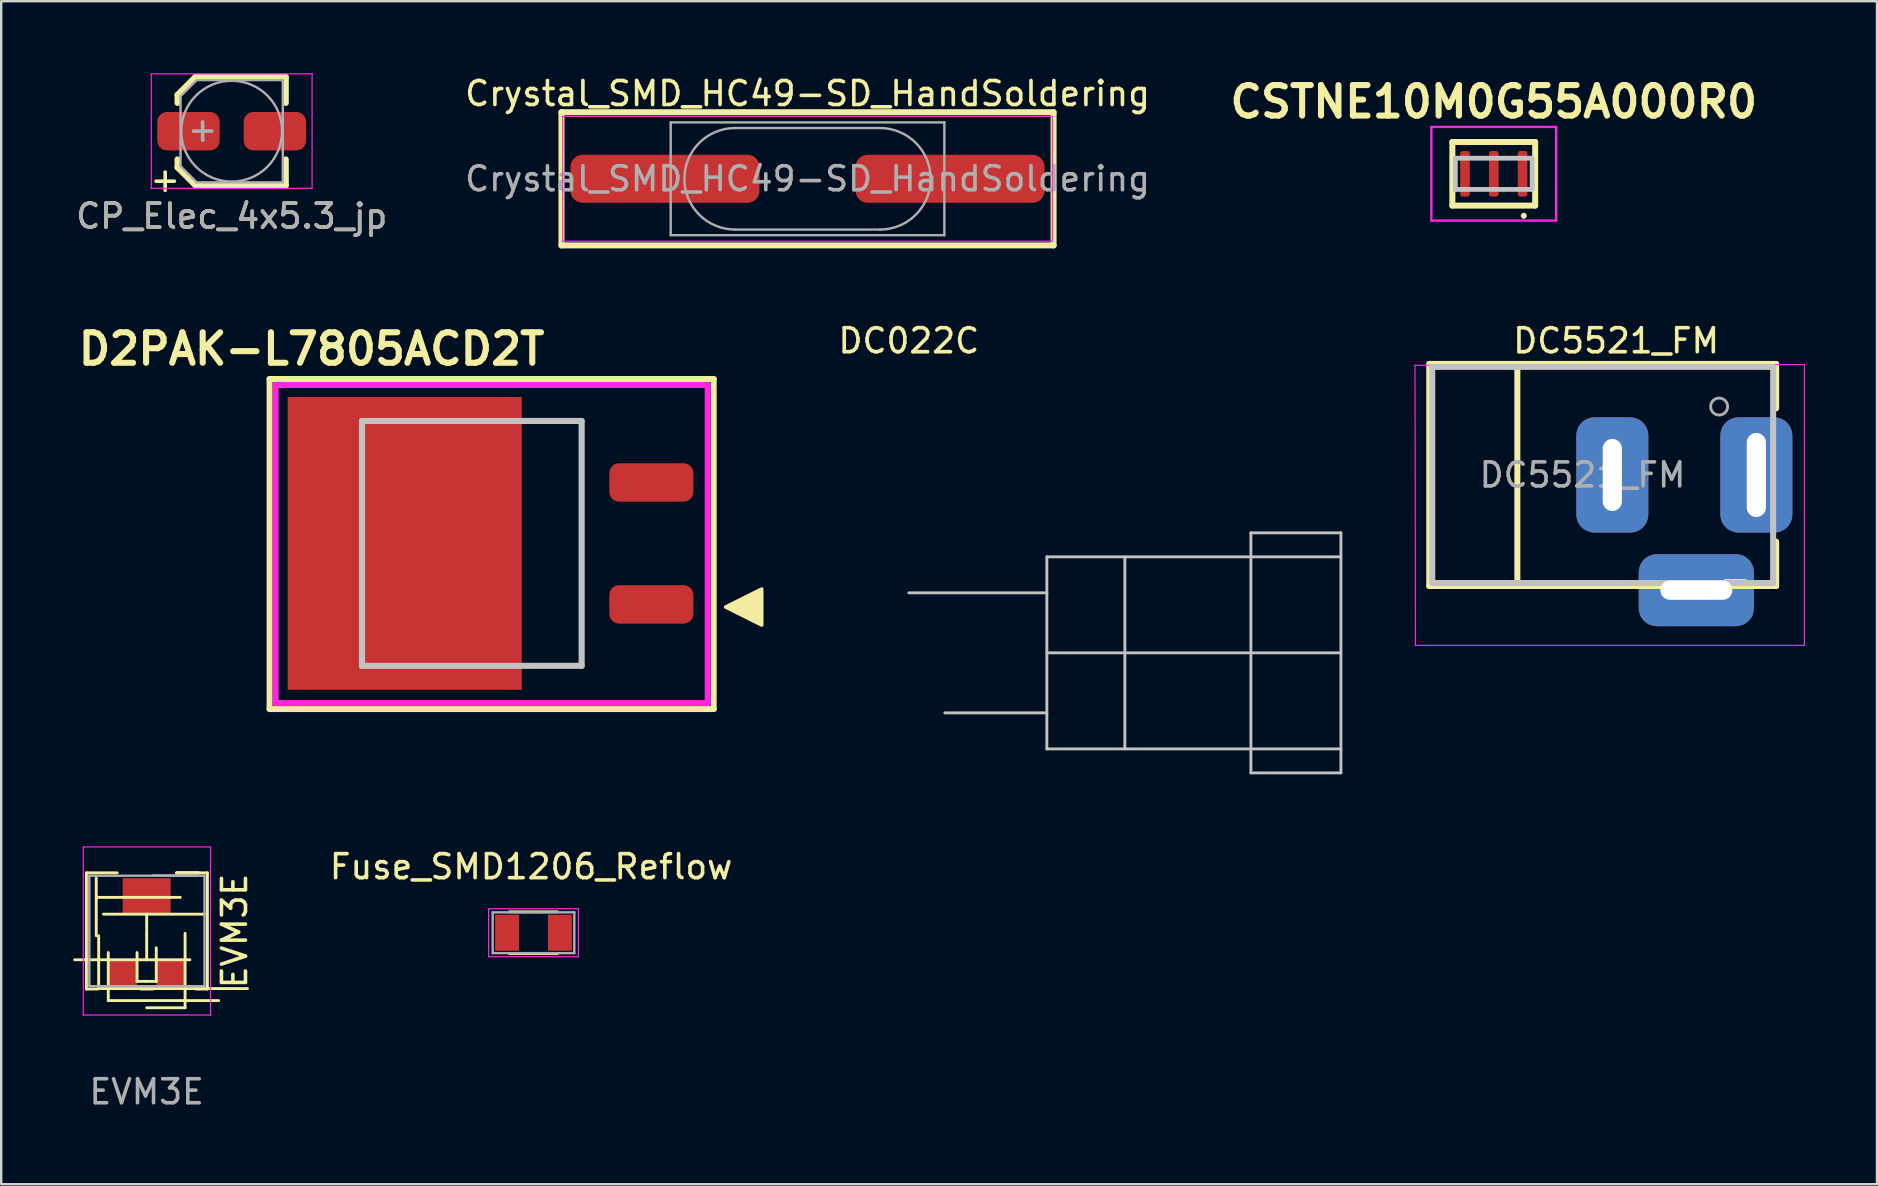
<source format=kicad_pcb>
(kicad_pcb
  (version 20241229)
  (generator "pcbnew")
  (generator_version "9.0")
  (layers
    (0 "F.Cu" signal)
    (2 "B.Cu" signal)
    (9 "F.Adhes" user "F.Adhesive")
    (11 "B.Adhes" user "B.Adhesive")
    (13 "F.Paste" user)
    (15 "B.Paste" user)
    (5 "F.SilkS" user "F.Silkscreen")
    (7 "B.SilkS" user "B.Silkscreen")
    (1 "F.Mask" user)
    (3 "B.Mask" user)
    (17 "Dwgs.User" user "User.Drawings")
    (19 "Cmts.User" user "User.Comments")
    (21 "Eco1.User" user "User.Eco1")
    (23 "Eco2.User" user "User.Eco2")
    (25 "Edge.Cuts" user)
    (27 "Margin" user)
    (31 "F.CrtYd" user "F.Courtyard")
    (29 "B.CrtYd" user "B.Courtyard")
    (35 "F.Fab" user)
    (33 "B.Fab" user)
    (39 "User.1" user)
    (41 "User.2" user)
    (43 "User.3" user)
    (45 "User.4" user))
  (footprint "Fuse_SMD1206_Reflow"
    (layer "F.Cu")
    (at 19.174 35.805)
    (property "Reference" "Fuse_SMD1206_Reflow" (at -0.1 -2.75 0) (layer "F.SilkS") (effects (font (size 1 1) (thickness 0.15))))
    (attr smd)
    (fp_line (start -1 -0.87) (end 1 -0.87) (stroke (width 0.12) (type solid)) (layer "F.SilkS"))
    (fp_line (start 1 0.87) (end -1 0.87) (stroke (width 0.12) (type solid)) (layer "F.SilkS"))
    (fp_line (start -1.87 -1) (end -1.87 1) (stroke (width 0.05) (type solid)) (layer "F.CrtYd"))
    (fp_line (start -1.87 -1) (end 1.87 -1) (stroke (width 0.05) (type solid)) (layer "F.CrtYd"))
    (fp_line (start 1.87 1) (end -1.87 1) (stroke (width 0.05) (type solid)) (layer "F.CrtYd"))
    (fp_line (start 1.87 1) (end 1.87 -1) (stroke (width 0.05) (type solid)) (layer "F.CrtYd"))
    (fp_line (start -1.7 -0.85) (end 1.7 -0.85) (stroke (width 0.1) (type solid)) (layer "F.Fab"))
    (fp_line (start -1.7 0.85) (end -1.7 -0.85) (stroke (width 0.1) (type solid)) (layer "F.Fab"))
    (fp_line (start 1.7 -0.85) (end 1.7 0.85) (stroke (width 0.1) (type solid)) (layer "F.Fab"))
    (fp_line (start 1.7 0.85) (end -1.7 0.85) (stroke (width 0.1) (type solid)) (layer "F.Fab"))
    (pad "1" smd rect (at -1.1 0 90) (size 1.5 1) (layers "F.Cu" "F.Mask" "F.Paste"))
    (pad "2" smd rect (at 1.1 0 90) (size 1.5 1) (layers "F.Cu" "F.Mask" "F.Paste")))
  (footprint "DC022C"
    (layer "F.Cu")
    (at 34.809 19.146)
    (property "Reference" "DC022C" (at 0 -8 0) (unlocked yes) (layer "F.SilkS") (effects (font (size 1 1) (thickness 0.15))))
    (fp_line (start 0 2.5) (end 5.75 2.5) (stroke (width 0.12) (type solid)) (layer "Dwgs.User"))
    (fp_line (start 1.5 7.5) (end 5.75 7.5) (stroke (width 0.12) (type solid)) (layer "Dwgs.User"))
    (fp_line (start 5.75 9) (end 5.75 1) (stroke (width 0.12) (type solid)) (layer "Dwgs.User"))
    (fp_line (start 9 9) (end 9 1) (stroke (width 0.12) (type solid)) (layer "Dwgs.User"))
    (fp_line (start 14.25 0) (end 18 0) (stroke (width 0.12) (type solid)) (layer "Dwgs.User"))
    (fp_line (start 14.25 10) (end 14.25 0) (stroke (width 0.12) (type solid)) (layer "Dwgs.User"))
    (fp_line (start 18 0) (end 18 10) (stroke (width 0.12) (type solid)) (layer "Dwgs.User"))
    (fp_line (start 18 1) (end 5.75 1) (stroke (width 0.12) (type solid)) (layer "Dwgs.User"))
    (fp_line (start 18 5) (end 5.75 5) (stroke (width 0.12) (type solid)) (layer "Dwgs.User"))
    (fp_line (start 18 9) (end 5.75 9) (stroke (width 0.12) (type solid)) (layer "Dwgs.User"))
    (fp_line (start 18 10) (end 14.25 10) (stroke (width 0.12) (type solid)) (layer "Dwgs.User")))
  (footprint "DC5521_FM"
    (layer "F.Cu")
    (at 70.114 16.736)
    (property "Reference" "DC5521_FM" (at -5.84 -5.59 0) (layer "F.SilkS") (effects (font (size 1 1) (thickness 0.15))))
    (attr through_hole)
    (fp_line (start -13.625 -4.625) (end 0.825 -4.625) (stroke (width 0.25) (type solid)) (layer "F.SilkS"))
    (fp_line (start -13.625 4.625) (end -13.625 -4.625) (stroke (width 0.25) (type solid)) (layer "F.SilkS"))
    (fp_line (start -9.955 -4.625) (end -9.955 4.625) (stroke (width 0.25) (type solid)) (layer "F.SilkS"))
    (fp_line (start -0.45 4.4) (end -1.3 4.4) (stroke (width 0.12) (type solid)) (layer "F.SilkS"))
    (fp_line (start 0.825 -4.625) (end 0.825 -2.775) (stroke (width 0.25) (type solid)) (layer "F.SilkS"))
    (fp_line (start 0.825 4.625) (end -13.625 4.625) (stroke (width 0.25) (type solid)) (layer "F.SilkS"))
    (fp_line (start 0.825 4.625) (end 0.825 2.775) (stroke (width 0.25) (type solid)) (layer "F.SilkS"))
    (fp_line (start -13.5 -4.5) (end -13.5 4.5) (stroke (width 0.25) (type solid)) (layer "Dwgs.User"))
    (fp_line (start -13.5 -4.5) (end 0.7 -4.5) (stroke (width 0.25) (type solid)) (layer "Dwgs.User"))
    (fp_line (start -13.5 4.5) (end 0.7 4.5) (stroke (width 0.25) (type solid)) (layer "Dwgs.User"))
    (fp_line (start 0.7 -4.5) (end 0.7 4.5) (stroke (width 0.25) (type solid)) (layer "Dwgs.User"))
    (fp_line (start -14.22 -4.57) (end -14.2 7.1) (stroke (width 0.05) (type solid)) (layer "F.CrtYd"))
    (fp_line (start -14.22 -4.57) (end 2 -4.6) (stroke (width 0.05) (type solid)) (layer "F.CrtYd"))
    (fp_line (start 2 7.1) (end -14.2 7.1) (stroke (width 0.05) (type solid)) (layer "F.CrtYd"))
    (fp_line (start 2 7.1) (end 2 -4.57) (stroke (width 0.05) (type solid)) (layer "F.CrtYd"))
    (fp_circle (center -1.55 -2.85) (end -1.5 -2.5) (stroke (width 0.12) (type solid)) (fill no) (layer "F.Fab"))
    (fp_text user "${REFERENCE}" (at -7.24 0 0) (layer "F.Fab") (effects (font (size 1 1) (thickness 0.15))))
    (pad "1" thru_hole roundrect (at 0 0) (size 3 4.8) (drill oval 0.8 3.5) (layers "*.Cu" "*.Mask") (roundrect_rratio 0.25))
    (pad "2" thru_hole roundrect (at -6 0) (size 3 4.8) (drill oval 0.8 3) (layers "*.Cu" "*.Mask") (roundrect_rratio 0.25))
    (pad "3" thru_hole roundrect (at -2.5 4.8) (size 4.8 3) (drill oval 3 0.8) (layers "*.Cu" "*.Mask") (roundrect_rratio 0.25)))
  (footprint "Crystal_SMD_HC49-SD_HandSoldering"
    (layer "F.Cu")
    (at 30.589 4.398)
    (property "Reference" "Crystal_SMD_HC49-SD_HandSoldering" (at 0 -3.55 0) (layer "F.SilkS") (effects (font (size 1 1) (thickness 0.15))))
    (attr smd)
    (fp_line (start -10.25 -2.775) (end 10.25 -2.775) (stroke (width 0.25) (type solid)) (layer "F.SilkS"))
    (fp_line (start -10.25 2.775) (end -10.25 -2.775) (stroke (width 0.25) (type solid)) (layer "F.SilkS"))
    (fp_line (start -10.25 2.775) (end 10.25 2.775) (stroke (width 0.25) (type solid)) (layer "F.SilkS"))
    (fp_line (start 10.25 2.775) (end 10.25 -2.775) (stroke (width 0.25) (type solid)) (layer "F.SilkS"))
    (fp_line (start -10.2 -2.6) (end -10.2 2.6) (stroke (width 0.05) (type solid)) (layer "F.CrtYd"))
    (fp_line (start -10.2 2.6) (end 10.2 2.6) (stroke (width 0.05) (type solid)) (layer "F.CrtYd"))
    (fp_line (start 10.2 -2.6) (end -10.2 -2.6) (stroke (width 0.05) (type solid)) (layer "F.CrtYd"))
    (fp_line (start 10.2 2.6) (end 10.2 -2.6) (stroke (width 0.05) (type solid)) (layer "F.CrtYd"))
    (fp_line (start -5.7 -2.35) (end -5.7 2.35) (stroke (width 0.1) (type solid)) (layer "F.Fab"))
    (fp_line (start -5.7 2.35) (end 5.7 2.35) (stroke (width 0.1) (type solid)) (layer "F.Fab"))
    (fp_line (start -3.015 -2.115) (end 3.015 -2.115) (stroke (width 0.1) (type solid)) (layer "F.Fab"))
    (fp_line (start -3.015 2.115) (end 3.015 2.115) (stroke (width 0.1) (type solid)) (layer "F.Fab"))
    (fp_line (start 5.7 -2.35) (end -5.7 -2.35) (stroke (width 0.1) (type solid)) (layer "F.Fab"))
    (fp_line (start 5.7 2.35) (end 5.7 -2.35) (stroke (width 0.1) (type solid)) (layer "F.Fab"))
    (fp_arc (start -3.015 2.115) (mid -5.13 0) (end -3.015 -2.115) (stroke (width 0.1) (type solid)) (layer "F.Fab"))
    (fp_arc (start 3.015 -2.115) (mid 5.13 0) (end 3.015 2.115) (stroke (width 0.1) (type solid)) (layer "F.Fab"))
    (fp_text user "${REFERENCE}" (at 0 0 0) (layer "F.Fab") (effects (font (size 1 1) (thickness 0.15))))
    (pad "1" smd roundrect (at -5.938 0) (size 7.875 2) (layers "F.Cu" "F.Mask" "F.Paste") (roundrect_rratio 0.25))
    (pad "2" smd roundrect (at 5.938 0) (size 7.875 2) (layers "F.Cu" "F.Mask" "F.Paste") (roundrect_rratio 0.25)))
  (footprint "CP_Elec_4x5.3_jp"
    (layer "F.Cu")
    (at 6.601 2.415)
    (property "Reference" "CP_Elec_4x5.3_jp" (at 0 3.54 0) (layer "F.SilkS") (effects (font (size 1 1) (thickness 0.15))))
    (attr smd)
    (fp_line (start -2.255 -1.515) (end -2.255 -1.175) (stroke (width 0.25) (type solid)) (layer "F.SilkS"))
    (fp_line (start -2.255 1.51) (end -2.255 1.175) (stroke (width 0.25) (type solid)) (layer "F.SilkS"))
    (fp_line (start -1.515 -2.255) (end -2.255 -1.515) (stroke (width 0.25) (type solid)) (layer "F.SilkS"))
    (fp_line (start -1.515 -2.255) (end 2.255 -2.255) (stroke (width 0.25) (type solid)) (layer "F.SilkS"))
    (fp_line (start -1.51 2.255) (end -2.255 1.51) (stroke (width 0.25) (type solid)) (layer "F.SilkS"))
    (fp_line (start -1.51 2.255) (end 2.255 2.255) (stroke (width 0.25) (type solid)) (layer "F.SilkS"))
    (fp_line (start 2.255 -2.255) (end 2.255 -1.175) (stroke (width 0.25) (type solid)) (layer "F.SilkS"))
    (fp_line (start 2.255 2.255) (end 2.255 1.175) (stroke (width 0.25) (type solid)) (layer "F.SilkS"))
    (fp_line (start -3.35 -2.39) (end -3.35 2.38) (stroke (width 0.05) (type solid)) (layer "F.CrtYd"))
    (fp_line (start -3.35 -2.39) (end 3.35 -2.39) (stroke (width 0.05) (type solid)) (layer "F.CrtYd"))
    (fp_line (start 3.35 2.38) (end -3.35 2.38) (stroke (width 0.05) (type solid)) (layer "F.CrtYd"))
    (fp_line (start 3.35 2.38) (end 3.35 -2.39) (stroke (width 0.05) (type solid)) (layer "F.CrtYd"))
    (fp_line (start -2.13 -1.46) (end -2.13 1.46) (stroke (width 0.1) (type solid)) (layer "F.Fab"))
    (fp_line (start -2.13 1.46) (end -1.46 2.13) (stroke (width 0.1) (type solid)) (layer "F.Fab"))
    (fp_line (start -1.46 -2.13) (end -2.13 -1.46) (stroke (width 0.1) (type solid)) (layer "F.Fab"))
    (fp_line (start -1.46 2.13) (end 2.13 2.13) (stroke (width 0.1) (type solid)) (layer "F.Fab"))
    (fp_line (start 2.13 -2.13) (end -1.46 -2.13) (stroke (width 0.1) (type solid)) (layer "F.Fab"))
    (fp_line (start 2.13 2.13) (end 2.13 -2.13) (stroke (width 0.1) (type solid)) (layer "F.Fab"))
    (fp_circle (center 0 0) (end 0 2.1) (stroke (width 0.1) (type solid)) (fill no) (layer "F.Fab"))
    (fp_text user "+" (at -2.77 2.01 0) (layer "F.SilkS") (effects (font (size 1 1) (thickness 0.15))))
    (fp_text user "+" (at -1.21 -0.08 0) (layer "F.Fab") (effects (font (size 1 1) (thickness 0.15))))
    (fp_text user "${REFERENCE}" (at 0 3.54 0) (layer "F.Fab") (effects (font (size 1 1) (thickness 0.15))))
    (pad "1" smd roundrect (at -1.8 0 180) (size 2.6 1.6) (layers "F.Cu" "F.Mask" "F.Paste") (roundrect_rratio 0.25))
    (pad "2" smd roundrect (at 1.8 0 180) (size 2.6 1.6) (layers "F.Cu" "F.Mask" "F.Paste") (roundrect_rratio 0.25)))
  (footprint "CSTNE10M0G55A000R0"
    (layer "F.Cu")
    (at 59.176 4.189)
    (property "Reference" "CSTNE10M0G55A000R0" (at 0 -3 0) (layer "F.SilkS") (effects (font (size 1.27 1.27) (thickness 0.254))))
    (attr smd)
    (fp_line (start -1.725 -1.325) (end -1.725 1.325) (stroke (width 0.25) (type solid)) (layer "F.SilkS"))
    (fp_line (start -1.725 -1.325) (end 1.725 -1.325) (stroke (width 0.25) (type solid)) (layer "F.SilkS"))
    (fp_line (start -1.725 1.325) (end 1.725 1.325) (stroke (width 0.25) (type solid)) (layer "F.SilkS"))
    (fp_line (start 1.25 1.75) (end 1.25 1.75) (stroke (width 0.25) (type solid)) (layer "F.SilkS"))
    (fp_line (start 1.725 -1.325) (end 1.725 1.325) (stroke (width 0.25) (type solid)) (layer "F.SilkS"))
    (fp_line (start -1.6 -0.65) (end 1.6 -0.65) (stroke (width 0.2) (type solid)) (layer "Dwgs.User"))
    (fp_line (start -1.6 0.65) (end -1.6 -0.65) (stroke (width 0.2) (type solid)) (layer "Dwgs.User"))
    (fp_line (start 1.6 -0.65) (end 1.6 0.65) (stroke (width 0.2) (type solid)) (layer "Dwgs.User"))
    (fp_line (start 1.6 0.65) (end -1.6 0.65) (stroke (width 0.2) (type solid)) (layer "Dwgs.User"))
    (fp_line (start -2.6 -1.95) (end 2.6 -1.95) (stroke (width 0.1) (type solid)) (layer "F.CrtYd"))
    (fp_line (start -2.6 1.95) (end -2.6 -1.95) (stroke (width 0.1) (type solid)) (layer "F.CrtYd"))
    (fp_line (start 2.6 -1.95) (end 2.6 1.95) (stroke (width 0.1) (type solid)) (layer "F.CrtYd"))
    (fp_line (start 2.6 1.95) (end -2.6 1.95) (stroke (width 0.1) (type solid)) (layer "F.CrtYd"))
    (pad "1" smd roundrect (at 1.2 0) (size 0.4 1.9) (layers "F.Cu" "F.Mask" "F.Paste") (roundrect_rratio 0.25))
    (pad "2" smd roundrect (at 0 0) (size 0.4 1.9) (layers "F.Cu" "F.Mask" "F.Paste") (roundrect_rratio 0.25))
    (pad "3" smd roundrect (at -1.2 0) (size 0.4 1.9) (layers "F.Cu" "F.Mask" "F.Paste") (roundrect_rratio 0.25)))
  (footprint "EVM3E"
    (layer "F.Cu")
    (at 3.06 35.931)
    (property "Reference" "EVM3E" (at 3.66 -0.2 270) (layer "F.SilkS") (effects (font (size 1 1) (thickness 0.15))))
    (attr smd)
    (fp_line (start -2.51 -2.62) (end -2.51 2.22) (stroke (width 0.12) (type solid)) (layer "F.SilkS"))
    (fp_line (start -2.1 -1.6) (end 1.4 -1.6) (stroke (width 0.12) (type default)) (layer "F.SilkS"))
    (fp_line (start -2.1 0) (end -2.1 -2.4) (stroke (width 0.12) (type default)) (layer "F.SilkS"))
    (fp_line (start -2.03 2.22) (end -2.51 2.22) (stroke (width 0.12) (type solid)) (layer "F.SilkS"))
    (fp_line (start -2 0) (end -2 2.2) (stroke (width 0.12) (type default)) (layer "F.SilkS"))
    (fp_line (start -2 2.2) (end 4.2 2.2) (stroke (width 0.12) (type default)) (layer "F.SilkS"))
    (fp_line (start -1.8 -0.9) (end 2.4 -0.9) (stroke (width 0.12) (type default)) (layer "F.SilkS"))
    (fp_line (start -1.6 2.7) (end -1.6 0.7) (stroke (width 0.12) (type default)) (layer "F.SilkS"))
    (fp_line (start -1.23 -2.62) (end -2.51 -2.62) (stroke (width 0.12) (type solid)) (layer "F.SilkS"))
    (fp_line (start -0.4 1.9) (end -0.4 0.7) (stroke (width 0.12) (type default)) (layer "F.SilkS"))
    (fp_line (start 0 0) (end 0 -0.9) (stroke (width 0.12) (type default)) (layer "F.SilkS"))
    (fp_line (start 0 0) (end 0 1) (stroke (width 0.12) (type default)) (layer "F.SilkS"))
    (fp_line (start 0 1) (end -3 1) (stroke (width 0.12) (type default)) (layer "F.SilkS"))
    (fp_line (start 0 1) (end 1.8 1) (stroke (width 0.12) (type default)) (layer "F.SilkS"))
    (fp_line (start 0 1.9) (end -0.4 1.9) (stroke (width 0.12) (type default)) (layer "F.SilkS"))
    (fp_line (start 0 1.9) (end 0.4 1.9) (stroke (width 0.12) (type default)) (layer "F.SilkS"))
    (fp_line (start 0 3) (end 1.6 3) (stroke (width 0.12) (type default)) (layer "F.SilkS"))
    (fp_line (start 0.27 2.22) (end -0.25 2.22) (stroke (width 0.12) (type solid)) (layer "F.SilkS"))
    (fp_line (start 0.4 1.9) (end 0.4 0.5) (stroke (width 0.12) (type default)) (layer "F.SilkS"))
    (fp_line (start 1.6 3) (end 1.6 -0.1) (stroke (width 0.12) (type default)) (layer "F.SilkS"))
    (fp_line (start 2.15 -2.62) (end 1.25 -2.62) (stroke (width 0.12) (type solid)) (layer "F.SilkS"))
    (fp_line (start 2.15 -2.62) (end 1.25 -2.62) (stroke (width 0.12) (type solid)) (layer "F.SilkS"))
    (fp_line (start 2.15 -2.62) (end 2.15 -2.62) (stroke (width 0.12) (type solid)) (layer "F.SilkS"))
    (fp_line (start 2.53 -2.62) (end 1.25 -2.62) (stroke (width 0.12) (type solid)) (layer "F.SilkS"))
    (fp_line (start 2.53 -2.62) (end 2.53 2.22) (stroke (width 0.12) (type solid)) (layer "F.SilkS"))
    (fp_line (start 2.53 2.22) (end 2.05 2.22) (stroke (width 0.12) (type solid)) (layer "F.SilkS"))
    (fp_line (start 3 2.7) (end -1.6 2.7) (stroke (width 0.12) (type default)) (layer "F.SilkS"))
    (fp_line (start -2.64 -3.7) (end -2.64 3.3) (stroke (width 0.05) (type solid)) (layer "F.CrtYd"))
    (fp_line (start -2.64 3.3) (end 2.66 3.3) (stroke (width 0.05) (type solid)) (layer "F.CrtYd"))
    (fp_line (start 2.66 -3.7) (end -2.64 -3.7) (stroke (width 0.05) (type solid)) (layer "F.CrtYd"))
    (fp_line (start 2.66 3.3) (end 2.66 -3.7) (stroke (width 0.05) (type solid)) (layer "F.CrtYd"))
    (fp_line (start -2.39 -2.5) (end -2.39 2.1) (stroke (width 0.1) (type solid)) (layer "F.Fab"))
    (fp_line (start -2.39 2.1) (end 2.41 2.1) (stroke (width 0.1) (type solid)) (layer "F.Fab"))
    (fp_line (start 0.25 -2.5) (end 0.25 -2.5) (stroke (width 0.1) (type solid)) (layer "F.Fab"))
    (fp_line (start 0.25 -2.5) (end 2.03 -2.5) (stroke (width 0.1) (type solid)) (layer "F.Fab"))
    (fp_line (start 1.14 -2.5) (end 1.14 -2.5) (stroke (width 0.1) (type solid)) (layer "F.Fab"))
    (fp_line (start 2.03 -2.5) (end 0.25 -2.5) (stroke (width 0.1) (type solid)) (layer "F.Fab"))
    (fp_line (start 2.03 -2.5) (end 2.03 -2.5) (stroke (width 0.1) (type solid)) (layer "F.Fab"))
    (fp_line (start 2.41 -2.5) (end -2.39 -2.5) (stroke (width 0.1) (type solid)) (layer "F.Fab"))
    (fp_line (start 2.41 2.1) (end 2.41 -2.5) (stroke (width 0.1) (type solid)) (layer "F.Fab"))
    (fp_text user "${REFERENCE}" (at 0 6.5 0) (layer "F.Fab") (effects (font (size 1 1) (thickness 0.15))))
    (pad "1" smd rect (at 1 1.6 270) (size 1.2 1.2) (layers "F.Cu" "F.Mask" "F.Paste"))
    (pad "2" smd rect (at 0 -1.65 270) (size 1.5 2) (layers "F.Cu" "F.Mask" "F.Paste"))
    (pad "3" smd rect (at -1 1.593 270) (size 1.213 1.2) (layers "F.Cu" "F.Mask" "F.Paste")))
  (footprint "D2PAK-L7805ACD2T"
    (layer "F.Cu")
    (at 21.18 14.487)
    (property "Reference" "D2PAK-L7805ACD2T" (at -11.25 -3 0) (layer "F.SilkS") (effects (font (size 1.27 1.27) (thickness 0.254))))
    (attr smd)
    (fp_line (start -13 -1.75) (end 5.5 -1.75) (stroke (width 0.25) (type solid)) (layer "F.SilkS"))
    (fp_line (start -13 12) (end -13 -1.75) (stroke (width 0.25) (type solid)) (layer "F.SilkS"))
    (fp_line (start 5.5 -1.75) (end 5.5 12) (stroke (width 0.25) (type solid)) (layer "F.SilkS"))
    (fp_line (start 5.5 12) (end -13 12) (stroke (width 0.25) (type solid)) (layer "F.SilkS"))
    (fp_poly (pts (xy 6 7.75) (xy 7.5 7) (xy 7.5 8.5)) (stroke (width 0.15) (type solid)) (fill yes) (layer "F.SilkS"))
    (fp_line (start -9.15 0) (end 0 0) (stroke (width 0.254) (type solid)) (layer "Dwgs.User"))
    (fp_line (start -9.15 10.2) (end -9.15 0) (stroke (width 0.254) (type solid)) (layer "Dwgs.User"))
    (fp_line (start 0 0) (end 0 10.2) (stroke (width 0.254) (type solid)) (layer "Dwgs.User"))
    (fp_line (start 0 10.2) (end -9.15 10.2) (stroke (width 0.254) (type solid)) (layer "Dwgs.User"))
    (fp_line (start -12.75 -1.5) (end 5.25 -1.5) (stroke (width 0.25) (type solid)) (layer "F.CrtYd"))
    (fp_line (start -12.75 11.75) (end -12.75 -1.5) (stroke (width 0.25) (type solid)) (layer "F.CrtYd"))
    (fp_line (start 5.25 -1.5) (end 5.25 11.75) (stroke (width 0.25) (type solid)) (layer "F.CrtYd"))
    (fp_line (start 5.25 11.75) (end -12.75 11.75) (stroke (width 0.25) (type solid)) (layer "F.CrtYd"))
    (pad "1" smd roundrect (at 2.904 7.64 90) (size 1.6 3.5) (layers "F.Cu" "F.Mask" "F.Paste") (roundrect_rratio 0.25))
    (pad "2" smd rect (at -7.371 5.1) (size 9.75 12.2) (layers "F.Cu" "F.Mask" "F.Paste"))
    (pad "3" smd roundrect (at 2.904 2.56 90) (size 1.6 3.5) (layers "F.Cu" "F.Mask" "F.Paste") (roundrect_rratio 0.25)))
  (gr_rect
    (start -3 -3)
    (end 75.139 46.28)
    (stroke (width 0.1) (type default))
    (fill no)
    (layer "Edge.Cuts")))
</source>
